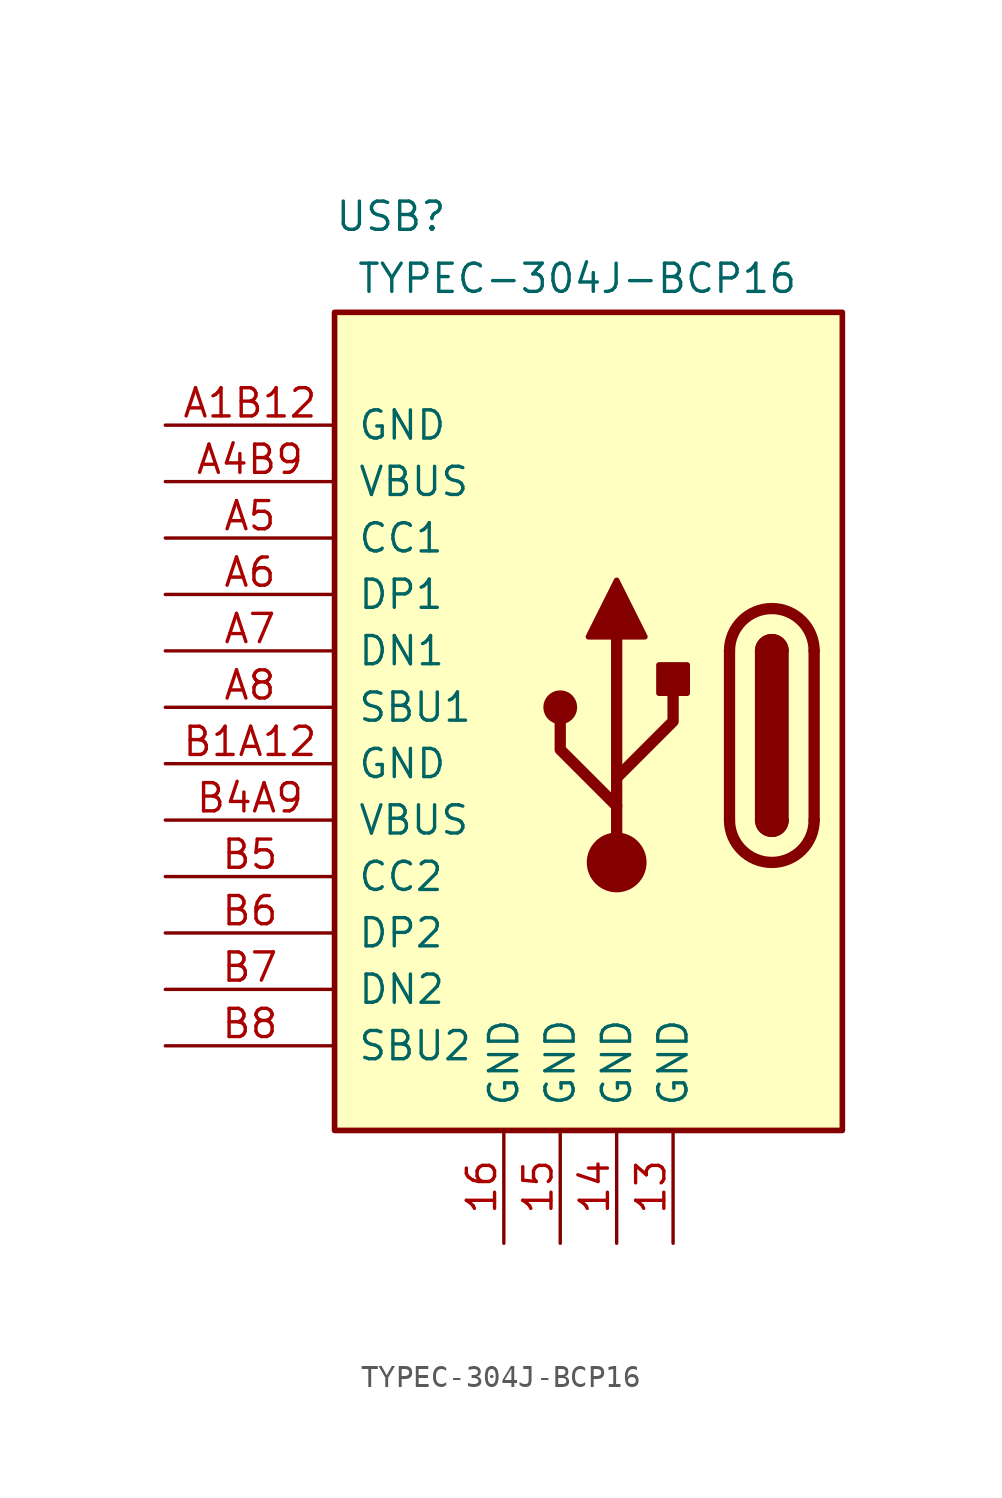
<source format=kicad_sym>
(kicad_symbol_lib
  (version 20231120)
  (generator "kicad_symbol_editor")
  (generator_version "8.0")
  (symbol "TYPEC-304J-BCP16"
    (pin_names
      (offset 1.016))
    (property "Reference" "USB"
      (at -7.62 22.098 0)
      (effects (font (size 1.27 1.27))))
    (property "Value" "TYPEC-304J-BCP16"
      (at 0.762 19.304 0)
      (effects (font (size 1.27 1.27))))
    (symbol "TYPEC-304J-BCP16_0_1"
      (polyline (pts (xy 2.54 -6.985) (xy 2.54 3.175)) (stroke (width 0.508) (type default)) (fill (type none)))
      (polyline (pts (xy 7.62 -5.08) (xy 7.62 2.54)) (stroke (width 0.508) (type default)) (fill (type none)))
      (polyline (pts (xy 11.43 2.54) (xy 11.43 -5.08)) (stroke (width 0.508) (type default)) (fill (type none)))
      (polyline (pts (xy 2.54 -4.445) (xy 0 -1.905) (xy 0 -0.635)) (stroke (width 0.508) (type default)) (fill (type none)))
      (polyline (pts (xy 2.54 -3.175) (xy 5.08 -0.635) (xy 5.08 0.635)) (stroke (width 0.508) (type default)) (fill (type none)))
      (polyline (pts (xy 1.27 3.175) (xy 2.54 5.715) (xy 3.81 3.175) (xy 1.27 3.175)) (stroke (width 0.254) (type default)) (fill (type outline)))
      (circle (center 0 0) (radius 0.635) (stroke (width 0.254) (type default)) (fill (type outline)))
      (circle (center 2.54 -6.985) (radius 1.27) (stroke (width 0) (type default)) (fill (type outline)))
      (rectangle (start 4.445 0.635) (end 5.715 1.905) (stroke (width 0.254) (type default)) (fill (type outline)))
      (arc (start 7.62 -5.08) (mid 9.525 -6.9767) (end 11.43 -5.08) (stroke (width 0.508) (type default)) (fill (type none)))
      (arc (start 8.89 -5.08) (mid 9.525 -5.7123) (end 10.16 -5.08) (stroke (width 0.254) (type default)) (fill (type none)))
      (arc (start 8.89 -5.08) (mid 9.525 -5.7123) (end 10.16 -5.08) (stroke (width 0.254) (type default)) (fill (type outline)))
      (rectangle (start 8.89 -5.08) (end 10.16 2.54) (stroke (width 0.254) (type default)) (fill (type outline)))
      (arc (start 10.16 2.54) (mid 9.525 3.1723) (end 8.89 2.54) (stroke (width 0.254) (type default)) (fill (type none)))
      (arc (start 10.16 2.54) (mid 9.525 3.1723) (end 8.89 2.54) (stroke (width 0.254) (type default)) (fill (type outline)))
      (arc (start 11.43 2.54) (mid 9.525 4.4367) (end 7.62 2.54) (stroke (width 0.508) (type default)) (fill (type none))))
    (symbol "TYPEC-304J-BCP16_1_0"
      (rectangle (start -10.16 17.78) (end 12.7 -19.05) (stroke (width 0.254) (type default)) (fill (type background)))
      (pin power_in line (at 5.08 -24.13 90) (length 5.08) (name "GND" (effects (font (size 1.27 1.27)))) (number "13" (effects (font (size 1.27 1.27)))))
      (pin power_in line (at 2.54 -24.13 90) (length 5.08) (name "GND" (effects (font (size 1.27 1.27)))) (number "14" (effects (font (size 1.27 1.27)))))
      (pin power_in line (at 0 -24.13 90) (length 5.08) (name "GND" (effects (font (size 1.27 1.27)))) (number "15" (effects (font (size 1.27 1.27)))))
      (pin power_in line (at -2.54 -24.13 90) (length 5.08) (name "GND" (effects (font (size 1.27 1.27)))) (number "16" (effects (font (size 1.27 1.27)))))
      (pin passive line (at -17.78 12.7 0) (length 7.62) (name "GND" (effects (font (size 1.27 1.27)))) (number "A1B12" (effects (font (size 1.27 1.27)))))
      (pin power_out line (at -17.78 10.16 0) (length 7.62) (name "VBUS" (effects (font (size 1.27 1.27)))) (number "A4B9" (effects (font (size 1.27 1.27)))))
      (pin passive line (at -17.78 7.62 0) (length 7.62) (name "CC1" (effects (font (size 1.27 1.27)))) (number "A5" (effects (font (size 1.27 1.27)))))
      (pin passive line (at -17.78 5.08 0) (length 7.62) (name "DP1" (effects (font (size 1.27 1.27)))) (number "A6" (effects (font (size 1.27 1.27)))))
      (pin passive line (at -17.78 2.54 0) (length 7.62) (name "DN1" (effects (font (size 1.27 1.27)))) (number "A7" (effects (font (size 1.27 1.27)))))
      (pin passive line (at -17.78 0 0) (length 7.62) (name "SBU1" (effects (font (size 1.27 1.27)))) (number "A8" (effects (font (size 1.27 1.27)))))
      (pin passive line (at -17.78 -2.54 0) (length 7.62) (name "GND" (effects (font (size 1.27 1.27)))) (number "B1A12" (effects (font (size 1.27 1.27)))))
      (pin passive line (at -17.78 -5.08 0) (length 7.62) (name "VBUS" (effects (font (size 1.27 1.27)))) (number "B4A9" (effects (font (size 1.27 1.27)))))
      (pin passive line (at -17.78 -7.62 0) (length 7.62) (name "CC2" (effects (font (size 1.27 1.27)))) (number "B5" (effects (font (size 1.27 1.27)))))
      (pin passive line (at -17.78 -10.16 0) (length 7.62) (name "DP2" (effects (font (size 1.27 1.27)))) (number "B6" (effects (font (size 1.27 1.27)))))
      (pin passive line (at -17.78 -12.7 0) (length 7.62) (name "DN2" (effects (font (size 1.27 1.27)))) (number "B7" (effects (font (size 1.27 1.27)))))
      (pin passive line (at -17.78 -15.24 0) (length 7.62) (name "SBU2" (effects (font (size 1.27 1.27)))) (number "B8" (effects (font (size 1.27 1.27))))))))
</source>
